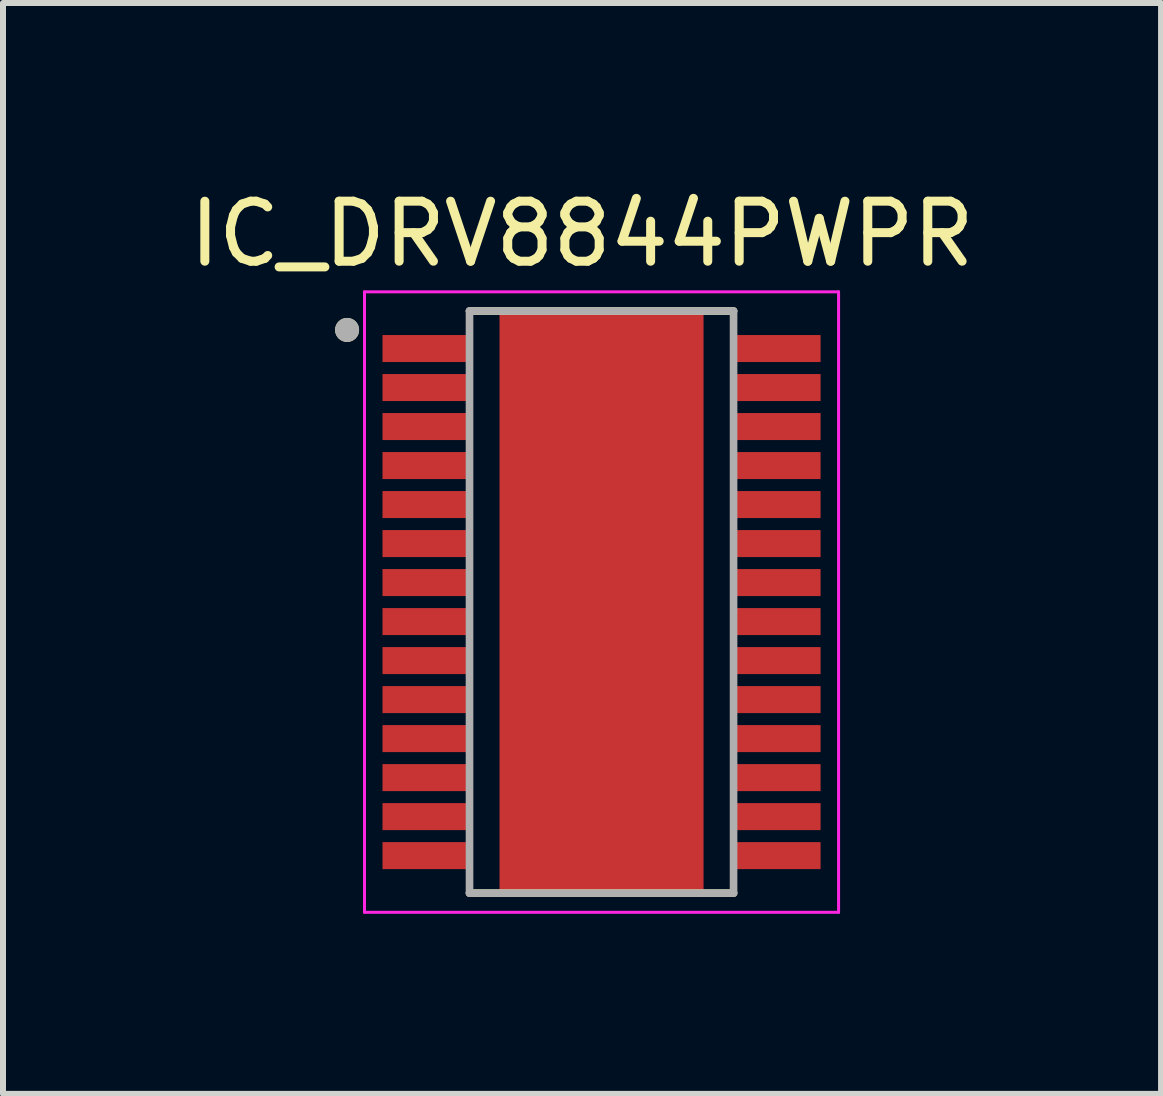
<source format=kicad_pcb>
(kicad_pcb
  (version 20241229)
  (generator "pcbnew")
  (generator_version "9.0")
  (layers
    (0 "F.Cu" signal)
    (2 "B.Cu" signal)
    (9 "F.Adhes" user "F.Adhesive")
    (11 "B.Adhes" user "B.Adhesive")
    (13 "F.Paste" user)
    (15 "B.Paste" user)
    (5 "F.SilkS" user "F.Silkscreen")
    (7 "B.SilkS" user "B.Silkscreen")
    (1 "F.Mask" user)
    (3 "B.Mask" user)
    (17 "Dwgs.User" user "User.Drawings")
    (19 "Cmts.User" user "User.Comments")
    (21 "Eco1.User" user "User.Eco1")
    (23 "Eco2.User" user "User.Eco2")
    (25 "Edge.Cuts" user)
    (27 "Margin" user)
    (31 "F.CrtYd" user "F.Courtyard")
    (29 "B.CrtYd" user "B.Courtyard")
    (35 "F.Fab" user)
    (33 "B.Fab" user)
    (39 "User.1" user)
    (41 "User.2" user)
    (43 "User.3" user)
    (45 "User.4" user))
  (footprint "IC_DRV8844PWPR"
    (layer "F.Cu")
    (at 6.974 6.983)
    (property "Reference" "IC_DRV8844PWPR" (at -0.325 -6.135 0) (layer "F.SilkS") (effects (font (size 1 1) (thickness 0.15))))
    (attr through_hole)
    (fp_poly (pts (xy -3.7 -4.5) (xy -2.1 -4.5) (xy -2.1 -3.95) (xy -3.7 -3.95)) (stroke (width 0.01) (type solid)) (fill yes) (layer "F.Mask"))
    (fp_poly (pts (xy -3.7 -3.85) (xy -2.1 -3.85) (xy -2.1 -3.3) (xy -3.7 -3.3)) (stroke (width 0.01) (type solid)) (fill yes) (layer "F.Mask"))
    (fp_poly (pts (xy -3.7 -3.2) (xy -2.1 -3.2) (xy -2.1 -2.65) (xy -3.7 -2.65)) (stroke (width 0.01) (type solid)) (fill yes) (layer "F.Mask"))
    (fp_poly (pts (xy -3.7 -2.55) (xy -2.1 -2.55) (xy -2.1 -2) (xy -3.7 -2)) (stroke (width 0.01) (type solid)) (fill yes) (layer "F.Mask"))
    (fp_poly (pts (xy -3.7 -1.9) (xy -2.1 -1.9) (xy -2.1 -1.35) (xy -3.7 -1.35)) (stroke (width 0.01) (type solid)) (fill yes) (layer "F.Mask"))
    (fp_poly (pts (xy -3.7 -1.25) (xy -2.1 -1.25) (xy -2.1 -0.7) (xy -3.7 -0.7)) (stroke (width 0.01) (type solid)) (fill yes) (layer "F.Mask"))
    (fp_poly (pts (xy -3.7 -0.6) (xy -2.1 -0.6) (xy -2.1 -0.05) (xy -3.7 -0.05)) (stroke (width 0.01) (type solid)) (fill yes) (layer "F.Mask"))
    (fp_poly (pts (xy -3.7 0.05) (xy -2.1 0.05) (xy -2.1 0.6) (xy -3.7 0.6)) (stroke (width 0.01) (type solid)) (fill yes) (layer "F.Mask"))
    (fp_poly (pts (xy -3.7 0.7) (xy -2.1 0.7) (xy -2.1 1.25) (xy -3.7 1.25)) (stroke (width 0.01) (type solid)) (fill yes) (layer "F.Mask"))
    (fp_poly (pts (xy -3.7 1.35) (xy -2.1 1.35) (xy -2.1 1.9) (xy -3.7 1.9)) (stroke (width 0.01) (type solid)) (fill yes) (layer "F.Mask"))
    (fp_poly (pts (xy -3.7 2) (xy -2.1 2) (xy -2.1 2.55) (xy -3.7 2.55)) (stroke (width 0.01) (type solid)) (fill yes) (layer "F.Mask"))
    (fp_poly (pts (xy -3.7 2.65) (xy -2.1 2.65) (xy -2.1 3.2) (xy -3.7 3.2)) (stroke (width 0.01) (type solid)) (fill yes) (layer "F.Mask"))
    (fp_poly (pts (xy -3.7 3.3) (xy -2.1 3.3) (xy -2.1 3.85) (xy -3.7 3.85)) (stroke (width 0.01) (type solid)) (fill yes) (layer "F.Mask"))
    (fp_poly (pts (xy -3.7 3.95) (xy -2.1 3.95) (xy -2.1 4.5) (xy -3.7 4.5)) (stroke (width 0.01) (type solid)) (fill yes) (layer "F.Mask"))
    (fp_poly (pts (xy -1.55 -2.59) (xy 1.55 -2.59) (xy 1.55 2.59) (xy -1.55 2.59)) (stroke (width 0.01) (type solid)) (fill yes) (layer "F.Mask"))
    (fp_poly (pts (xy 2.1 -4.5) (xy 3.7 -4.5) (xy 3.7 -3.95) (xy 2.1 -3.95)) (stroke (width 0.01) (type solid)) (fill yes) (layer "F.Mask"))
    (fp_poly (pts (xy 2.1 -3.85) (xy 3.7 -3.85) (xy 3.7 -3.3) (xy 2.1 -3.3)) (stroke (width 0.01) (type solid)) (fill yes) (layer "F.Mask"))
    (fp_poly (pts (xy 2.1 -3.2) (xy 3.7 -3.2) (xy 3.7 -2.65) (xy 2.1 -2.65)) (stroke (width 0.01) (type solid)) (fill yes) (layer "F.Mask"))
    (fp_poly (pts (xy 2.1 -2.55) (xy 3.7 -2.55) (xy 3.7 -2) (xy 2.1 -2)) (stroke (width 0.01) (type solid)) (fill yes) (layer "F.Mask"))
    (fp_poly (pts (xy 2.1 -1.9) (xy 3.7 -1.9) (xy 3.7 -1.35) (xy 2.1 -1.35)) (stroke (width 0.01) (type solid)) (fill yes) (layer "F.Mask"))
    (fp_poly (pts (xy 2.1 -1.25) (xy 3.7 -1.25) (xy 3.7 -0.7) (xy 2.1 -0.7)) (stroke (width 0.01) (type solid)) (fill yes) (layer "F.Mask"))
    (fp_poly (pts (xy 2.1 -0.6) (xy 3.7 -0.6) (xy 3.7 -0.05) (xy 2.1 -0.05)) (stroke (width 0.01) (type solid)) (fill yes) (layer "F.Mask"))
    (fp_poly (pts (xy 2.1 0.05) (xy 3.7 0.05) (xy 3.7 0.6) (xy 2.1 0.6)) (stroke (width 0.01) (type solid)) (fill yes) (layer "F.Mask"))
    (fp_poly (pts (xy 2.1 0.7) (xy 3.7 0.7) (xy 3.7 1.25) (xy 2.1 1.25)) (stroke (width 0.01) (type solid)) (fill yes) (layer "F.Mask"))
    (fp_poly (pts (xy 2.1 1.35) (xy 3.7 1.35) (xy 3.7 1.9) (xy 2.1 1.9)) (stroke (width 0.01) (type solid)) (fill yes) (layer "F.Mask"))
    (fp_poly (pts (xy 2.1 2) (xy 3.7 2) (xy 3.7 2.55) (xy 2.1 2.55)) (stroke (width 0.01) (type solid)) (fill yes) (layer "F.Mask"))
    (fp_poly (pts (xy 2.1 2.65) (xy 3.7 2.65) (xy 3.7 3.2) (xy 2.1 3.2)) (stroke (width 0.01) (type solid)) (fill yes) (layer "F.Mask"))
    (fp_poly (pts (xy 2.1 3.3) (xy 3.7 3.3) (xy 3.7 3.85) (xy 2.1 3.85)) (stroke (width 0.01) (type solid)) (fill yes) (layer "F.Mask"))
    (fp_poly (pts (xy 2.1 3.95) (xy 3.7 3.95) (xy 3.7 4.5) (xy 2.1 4.5)) (stroke (width 0.01) (type solid)) (fill yes) (layer "F.Mask"))
    (fp_line (start -2.2 -4.85) (end 2.2 -4.85) (stroke (width 0.127) (type solid)) (layer "F.SilkS"))
    (fp_line (start -2.2 4.85) (end 2.2 4.85) (stroke (width 0.127) (type solid)) (layer "F.SilkS"))
    (fp_circle (center -4.24 -4.535) (end -4.14 -4.535) (stroke (width 0.2) (type solid)) (fill no) (layer "F.SilkS"))
    (fp_poly (pts (xy -1.55 -2.59) (xy 1.55 -2.59) (xy 1.55 2.59) (xy -1.55 2.59)) (stroke (width 0.01) (type solid)) (fill yes) (layer "F.Paste"))
    (fp_line (start -3.95 -5.17) (end -3.95 5.17) (stroke (width 0.05) (type solid)) (layer "F.CrtYd"))
    (fp_line (start -3.95 -5.17) (end 3.95 -5.17) (stroke (width 0.05) (type solid)) (layer "F.CrtYd"))
    (fp_line (start -3.95 5.17) (end 3.95 5.17) (stroke (width 0.05) (type solid)) (layer "F.CrtYd"))
    (fp_line (start 3.95 -5.17) (end 3.95 5.17) (stroke (width 0.05) (type solid)) (layer "F.CrtYd"))
    (fp_line (start -2.2 -4.85) (end -2.2 4.85) (stroke (width 0.127) (type solid)) (layer "F.Fab"))
    (fp_line (start -2.2 -4.85) (end 2.2 -4.85) (stroke (width 0.127) (type solid)) (layer "F.Fab"))
    (fp_line (start -2.2 4.85) (end 2.2 4.85) (stroke (width 0.127) (type solid)) (layer "F.Fab"))
    (fp_line (start 2.2 -4.85) (end 2.2 4.85) (stroke (width 0.127) (type solid)) (layer "F.Fab"))
    (fp_circle (center -4.24 -4.535) (end -4.14 -4.535) (stroke (width 0.2) (type solid)) (fill no) (layer "F.Fab"))
    (pad "1" smd rect (at -2.9 -4.225) (size 1.5 0.45) (layers "F.Cu" "F.Paste"))
    (pad "2" smd rect (at -2.9 -3.575) (size 1.5 0.45) (layers "F.Cu" "F.Paste"))
    (pad "3" smd rect (at -2.9 -2.925) (size 1.5 0.45) (layers "F.Cu" "F.Paste"))
    (pad "4" smd rect (at -2.9 -2.275) (size 1.5 0.45) (layers "F.Cu" "F.Paste"))
    (pad "5" smd rect (at -2.9 -1.625) (size 1.5 0.45) (layers "F.Cu" "F.Paste"))
    (pad "6" smd rect (at -2.9 -0.975) (size 1.5 0.45) (layers "F.Cu" "F.Paste"))
    (pad "7" smd rect (at -2.9 -0.325) (size 1.5 0.45) (layers "F.Cu" "F.Paste"))
    (pad "8" smd rect (at -2.9 0.325) (size 1.5 0.45) (layers "F.Cu" "F.Paste"))
    (pad "9" smd rect (at -2.9 0.975) (size 1.5 0.45) (layers "F.Cu" "F.Paste"))
    (pad "10" smd rect (at -2.9 1.625) (size 1.5 0.45) (layers "F.Cu" "F.Paste"))
    (pad "11" smd rect (at -2.9 2.275) (size 1.5 0.45) (layers "F.Cu" "F.Paste"))
    (pad "12" smd rect (at -2.9 2.925) (size 1.5 0.45) (layers "F.Cu" "F.Paste"))
    (pad "13" smd rect (at -2.9 3.575) (size 1.5 0.45) (layers "F.Cu" "F.Paste"))
    (pad "14" smd rect (at -2.9 4.225) (size 1.5 0.45) (layers "F.Cu" "F.Paste"))
    (pad "15" smd rect (at 2.9 4.225) (size 1.5 0.45) (layers "F.Cu" "F.Paste"))
    (pad "16" smd rect (at 2.9 3.575) (size 1.5 0.45) (layers "F.Cu" "F.Paste"))
    (pad "17" smd rect (at 2.9 2.925) (size 1.5 0.45) (layers "F.Cu" "F.Paste"))
    (pad "18" smd rect (at 2.9 2.275) (size 1.5 0.45) (layers "F.Cu" "F.Paste"))
    (pad "19" smd rect (at 2.9 1.625) (size 1.5 0.45) (layers "F.Cu" "F.Paste"))
    (pad "20" smd rect (at 2.9 0.975) (size 1.5 0.45) (layers "F.Cu" "F.Paste"))
    (pad "21" smd rect (at 2.9 0.325) (size 1.5 0.45) (layers "F.Cu" "F.Paste"))
    (pad "22" smd rect (at 2.9 -0.325) (size 1.5 0.45) (layers "F.Cu" "F.Paste"))
    (pad "23" smd rect (at 2.9 -0.975) (size 1.5 0.45) (layers "F.Cu" "F.Paste"))
    (pad "24" smd rect (at 2.9 -1.625) (size 1.5 0.45) (layers "F.Cu" "F.Paste"))
    (pad "25" smd rect (at 2.9 -2.275) (size 1.5 0.45) (layers "F.Cu" "F.Paste"))
    (pad "26" smd rect (at 2.9 -2.925) (size 1.5 0.45) (layers "F.Cu" "F.Paste"))
    (pad "27" smd rect (at 2.9 -3.575) (size 1.5 0.45) (layers "F.Cu" "F.Paste"))
    (pad "28" smd rect (at 2.9 -4.225) (size 1.5 0.45) (layers "F.Cu" "F.Paste"))
    (pad "29" smd rect (at 0 0) (size 3.4 9.7) (layers "F.Cu")))
  (gr_rect
    (start -3 -3)
    (end 16.298 15.178)
    (stroke (width 0.1) (type default))
    (fill no)
    (layer "Edge.Cuts")))
</source>
